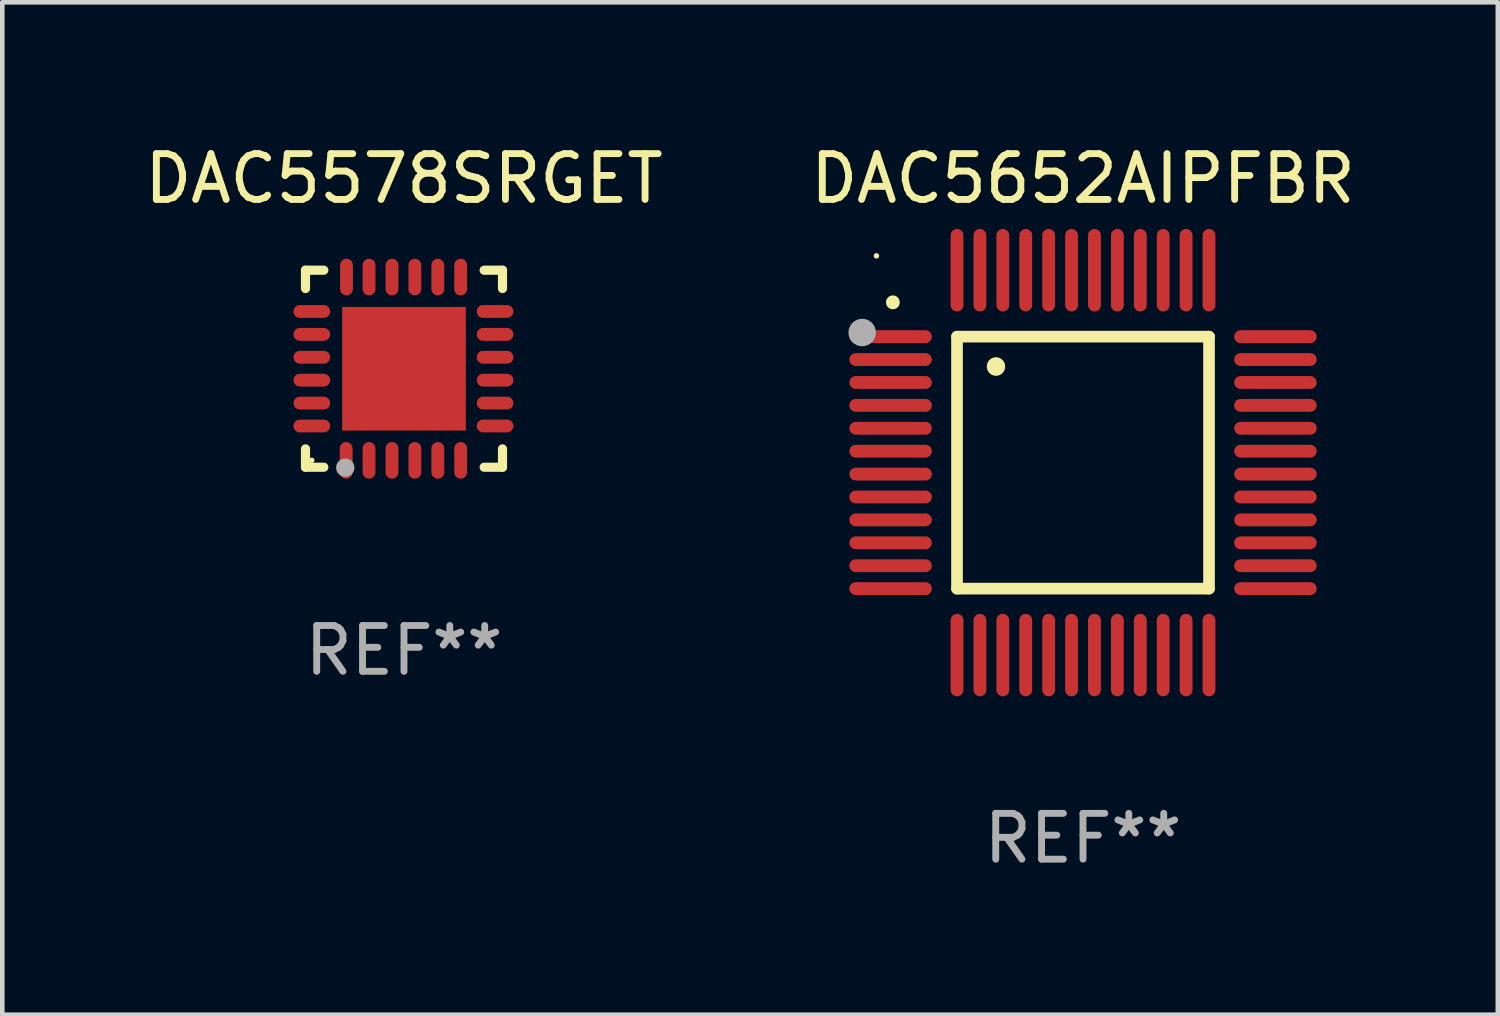
<source format=kicad_pcb>
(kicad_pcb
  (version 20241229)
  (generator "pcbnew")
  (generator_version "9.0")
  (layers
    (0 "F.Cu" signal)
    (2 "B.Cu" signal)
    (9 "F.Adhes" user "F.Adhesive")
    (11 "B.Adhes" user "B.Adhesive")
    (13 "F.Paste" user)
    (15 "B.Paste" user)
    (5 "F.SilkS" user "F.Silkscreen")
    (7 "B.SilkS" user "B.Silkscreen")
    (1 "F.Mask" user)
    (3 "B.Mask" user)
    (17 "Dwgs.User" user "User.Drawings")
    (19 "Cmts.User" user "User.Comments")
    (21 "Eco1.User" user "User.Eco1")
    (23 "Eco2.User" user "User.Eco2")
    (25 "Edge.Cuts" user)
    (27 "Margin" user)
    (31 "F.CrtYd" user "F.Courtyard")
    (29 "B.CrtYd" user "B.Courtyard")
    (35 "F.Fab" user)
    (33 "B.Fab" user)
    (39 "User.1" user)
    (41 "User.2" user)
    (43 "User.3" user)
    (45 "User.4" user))
  (footprint "DAC5652AIPFBR"
    (layer "F.Cu")
    (at 20.589 7.048)
    (property "Reference" "DAC5652AIPFBR" (at 0 -6.2 0) (layer "F.SilkS") (effects (font (size 1 1) (thickness 0.15))))
    (attr through_hole)
    (fp_line (start -2.75 -2.75) (end 2.75 -2.75) (stroke (width 0.254) (type solid)) (layer "F.SilkS"))
    (fp_line (start -2.75 2.75) (end -2.75 -2.75) (stroke (width 0.254) (type solid)) (layer "F.SilkS"))
    (fp_line (start 2.75 -2.75) (end 2.75 2.75) (stroke (width 0.254) (type solid)) (layer "F.SilkS"))
    (fp_line (start 2.75 2.75) (end -2.75 2.75) (stroke (width 0.254) (type solid)) (layer "F.SilkS"))
    (fp_arc (start -4.150368 -3.497587) (mid -4.150373 -3.498857) (end -4.150368 -3.500127) (stroke (width 0.3) (type solid)) (layer "F.SilkS"))
    (fp_arc (start -1.899924 -2.095504) (mid -1.89994 -2.098044) (end -1.899924 -2.100584) (stroke (width 0.4) (type solid)) (layer "F.SilkS"))
    (fp_circle (center -4.509 -4.513) (end -4.479 -4.513) (stroke (width 0.06) (type solid)) (fill no) (layer "F.SilkS"))
    (fp_circle (center -4.82 -2.84) (end -4.67 -2.84) (stroke (width 0.3) (type solid)) (fill no) (layer "F.Fab"))
    (fp_text user "REF**" (at 0 8.2 0) (layer "F.Fab") (effects (font (size 1 1) (thickness 0.15))))
    (pad "1" smd oval (at -4.2 -2.75 90) (size 0.28 1.8) (layers "F.Cu" "F.Mask" "F.Paste"))
    (pad "2" smd oval (at -4.2 -2.25 90) (size 0.28 1.8) (layers "F.Cu" "F.Mask" "F.Paste"))
    (pad "3" smd oval (at -4.2 -1.75 90) (size 0.28 1.8) (layers "F.Cu" "F.Mask" "F.Paste"))
    (pad "4" smd oval (at -4.2 -1.25 90) (size 0.28 1.8) (layers "F.Cu" "F.Mask" "F.Paste"))
    (pad "5" smd oval (at -4.2 -0.75 90) (size 0.28 1.8) (layers "F.Cu" "F.Mask" "F.Paste"))
    (pad "6" smd oval (at -4.2 -0.25 90) (size 0.28 1.8) (layers "F.Cu" "F.Mask" "F.Paste"))
    (pad "7" smd oval (at -4.2 0.25 90) (size 0.28 1.8) (layers "F.Cu" "F.Mask" "F.Paste"))
    (pad "8" smd oval (at -4.2 0.75 90) (size 0.28 1.8) (layers "F.Cu" "F.Mask" "F.Paste"))
    (pad "9" smd oval (at -4.2 1.25 90) (size 0.28 1.8) (layers "F.Cu" "F.Mask" "F.Paste"))
    (pad "10" smd oval (at -4.2 1.75 90) (size 0.28 1.8) (layers "F.Cu" "F.Mask" "F.Paste"))
    (pad "11" smd oval (at -4.2 2.25 90) (size 0.28 1.8) (layers "F.Cu" "F.Mask" "F.Paste"))
    (pad "12" smd oval (at -4.2 2.75 90) (size 0.28 1.8) (layers "F.Cu" "F.Mask" "F.Paste"))
    (pad "13" smd oval (at -2.75 4.2) (size 0.28 1.8) (layers "F.Cu" "F.Mask" "F.Paste"))
    (pad "14" smd oval (at -2.25 4.2) (size 0.28 1.8) (layers "F.Cu" "F.Mask" "F.Paste"))
    (pad "15" smd oval (at -1.75 4.2) (size 0.28 1.8) (layers "F.Cu" "F.Mask" "F.Paste"))
    (pad "16" smd oval (at -1.25 4.2) (size 0.28 1.8) (layers "F.Cu" "F.Mask" "F.Paste"))
    (pad "17" smd oval (at -0.75 4.2) (size 0.28 1.8) (layers "F.Cu" "F.Mask" "F.Paste"))
    (pad "18" smd oval (at -0.25 4.2) (size 0.28 1.8) (layers "F.Cu" "F.Mask" "F.Paste"))
    (pad "19" smd oval (at 0.25 4.2) (size 0.28 1.8) (layers "F.Cu" "F.Mask" "F.Paste"))
    (pad "20" smd oval (at 0.75 4.2) (size 0.28 1.8) (layers "F.Cu" "F.Mask" "F.Paste"))
    (pad "21" smd oval (at 1.25 4.2) (size 0.28 1.8) (layers "F.Cu" "F.Mask" "F.Paste"))
    (pad "22" smd oval (at 1.75 4.2) (size 0.28 1.8) (layers "F.Cu" "F.Mask" "F.Paste"))
    (pad "23" smd oval (at 2.25 4.2) (size 0.28 1.8) (layers "F.Cu" "F.Mask" "F.Paste"))
    (pad "24" smd oval (at 2.75 4.2) (size 0.28 1.8) (layers "F.Cu" "F.Mask" "F.Paste"))
    (pad "25" smd oval (at 4.2 2.75 90) (size 0.28 1.8) (layers "F.Cu" "F.Mask" "F.Paste"))
    (pad "26" smd oval (at 4.2 2.25 90) (size 0.28 1.8) (layers "F.Cu" "F.Mask" "F.Paste"))
    (pad "27" smd oval (at 4.2 1.75 90) (size 0.28 1.8) (layers "F.Cu" "F.Mask" "F.Paste"))
    (pad "28" smd oval (at 4.2 1.25 90) (size 0.28 1.8) (layers "F.Cu" "F.Mask" "F.Paste"))
    (pad "29" smd oval (at 4.2 0.75 90) (size 0.28 1.8) (layers "F.Cu" "F.Mask" "F.Paste"))
    (pad "30" smd oval (at 4.2 0.25 90) (size 0.28 1.8) (layers "F.Cu" "F.Mask" "F.Paste"))
    (pad "31" smd oval (at 4.2 -0.25 90) (size 0.28 1.8) (layers "F.Cu" "F.Mask" "F.Paste"))
    (pad "32" smd oval (at 4.2 -0.75 90) (size 0.28 1.8) (layers "F.Cu" "F.Mask" "F.Paste"))
    (pad "33" smd oval (at 4.2 -1.25 90) (size 0.28 1.8) (layers "F.Cu" "F.Mask" "F.Paste"))
    (pad "34" smd oval (at 4.2 -1.75 90) (size 0.28 1.8) (layers "F.Cu" "F.Mask" "F.Paste"))
    (pad "35" smd oval (at 4.2 -2.25 90) (size 0.28 1.8) (layers "F.Cu" "F.Mask" "F.Paste"))
    (pad "36" smd oval (at 4.2 -2.75 90) (size 0.28 1.8) (layers "F.Cu" "F.Mask" "F.Paste"))
    (pad "37" smd oval (at 2.75 -4.2) (size 0.28 1.8) (layers "F.Cu" "F.Mask" "F.Paste"))
    (pad "38" smd oval (at 2.25 -4.2) (size 0.28 1.8) (layers "F.Cu" "F.Mask" "F.Paste"))
    (pad "39" smd oval (at 1.75 -4.2) (size 0.28 1.8) (layers "F.Cu" "F.Mask" "F.Paste"))
    (pad "40" smd oval (at 1.25 -4.2) (size 0.28 1.8) (layers "F.Cu" "F.Mask" "F.Paste"))
    (pad "41" smd oval (at 0.75 -4.2) (size 0.28 1.8) (layers "F.Cu" "F.Mask" "F.Paste"))
    (pad "42" smd oval (at 0.25 -4.2) (size 0.28 1.8) (layers "F.Cu" "F.Mask" "F.Paste"))
    (pad "43" smd oval (at -0.25 -4.2) (size 0.28 1.8) (layers "F.Cu" "F.Mask" "F.Paste"))
    (pad "44" smd oval (at -0.75 -4.2) (size 0.28 1.8) (layers "F.Cu" "F.Mask" "F.Paste"))
    (pad "45" smd oval (at -1.25 -4.2) (size 0.28 1.8) (layers "F.Cu" "F.Mask" "F.Paste"))
    (pad "46" smd oval (at -1.75 -4.2) (size 0.28 1.8) (layers "F.Cu" "F.Mask" "F.Paste"))
    (pad "47" smd oval (at -2.25 -4.2) (size 0.28 1.8) (layers "F.Cu" "F.Mask" "F.Paste"))
    (pad "48" smd oval (at -2.75 -4.2) (size 0.28 1.8) (layers "F.Cu" "F.Mask" "F.Paste")))
  (footprint "DAC5578SRGET"
    (layer "F.Cu")
    (at 5.768 4.998)
    (property "Reference" "DAC5578SRGET" (at 0 -4.15 0) (layer "F.SilkS") (effects (font (size 1 1) (thickness 0.15))))
    (attr through_hole)
    (fp_line (start -2.15 -2.15) (end -1.75 -2.15) (stroke (width 0.2) (type solid)) (layer "F.SilkS"))
    (fp_line (start -2.15 -1.75) (end -2.15 -2.15) (stroke (width 0.2) (type solid)) (layer "F.SilkS"))
    (fp_line (start -2.15 2.15) (end -2.15 1.75) (stroke (width 0.2) (type solid)) (layer "F.SilkS"))
    (fp_line (start -1.75 2.15) (end -2.15 2.15) (stroke (width 0.2) (type solid)) (layer "F.SilkS"))
    (fp_line (start 2.15 -2.15) (end 1.75 -2.15) (stroke (width 0.2) (type solid)) (layer "F.SilkS"))
    (fp_line (start 2.15 -1.75) (end 2.15 -2.15) (stroke (width 0.2) (type solid)) (layer "F.SilkS"))
    (fp_line (start 2.15 1.75) (end 2.15 2.15) (stroke (width 0.2) (type solid)) (layer "F.SilkS"))
    (fp_line (start 2.15 2.15) (end 1.75 2.15) (stroke (width 0.2) (type solid)) (layer "F.SilkS"))
    (fp_circle (center -2.013 2) (end -1.983 2) (stroke (width 0.06) (type solid)) (fill no) (layer "F.SilkS"))
    (fp_circle (center -1.282 2.159) (end -1.182 2.159) (stroke (width 0.2) (type solid)) (fill no) (layer "F.Fab"))
    (fp_text user "REF**" (at 0 6.15 0) (layer "F.Fab") (effects (font (size 1 1) (thickness 0.15))))
    (pad "1" smd oval (at -1.262 2) (size 0.28 0.8) (layers "F.Cu" "F.Mask" "F.Paste"))
    (pad "2" smd oval (at -0.763 2) (size 0.28 0.8) (layers "F.Cu" "F.Mask" "F.Paste"))
    (pad "3" smd oval (at -0.262 2) (size 0.28 0.8) (layers "F.Cu" "F.Mask" "F.Paste"))
    (pad "4" smd oval (at 0.237 2) (size 0.28 0.8) (layers "F.Cu" "F.Mask" "F.Paste"))
    (pad "5" smd oval (at 0.738 2) (size 0.28 0.8) (layers "F.Cu" "F.Mask" "F.Paste"))
    (pad "6" smd oval (at 1.237 2) (size 0.28 0.8) (layers "F.Cu" "F.Mask" "F.Paste"))
    (pad "7" smd oval (at 1.988 1.25) (size 0.8 0.28) (layers "F.Cu" "F.Mask" "F.Paste"))
    (pad "8" smd oval (at 1.988 0.75) (size 0.8 0.28) (layers "F.Cu" "F.Mask" "F.Paste"))
    (pad "9" smd oval (at 1.988 0.25) (size 0.8 0.28) (layers "F.Cu" "F.Mask" "F.Paste"))
    (pad "10" smd oval (at 1.988 -0.25) (size 0.8 0.28) (layers "F.Cu" "F.Mask" "F.Paste"))
    (pad "11" smd oval (at 1.988 -0.75) (size 0.8 0.28) (layers "F.Cu" "F.Mask" "F.Paste"))
    (pad "12" smd oval (at 1.988 -1.25) (size 0.8 0.28) (layers "F.Cu" "F.Mask" "F.Paste"))
    (pad "13" smd oval (at 1.237 -2) (size 0.28 0.8) (layers "F.Cu" "F.Mask" "F.Paste"))
    (pad "14" smd oval (at 0.738 -2) (size 0.28 0.8) (layers "F.Cu" "F.Mask" "F.Paste"))
    (pad "15" smd oval (at 0.237 -2) (size 0.28 0.8) (layers "F.Cu" "F.Mask" "F.Paste"))
    (pad "16" smd oval (at -0.262 -2) (size 0.28 0.8) (layers "F.Cu" "F.Mask" "F.Paste"))
    (pad "17" smd oval (at -0.763 -2) (size 0.28 0.8) (layers "F.Cu" "F.Mask" "F.Paste"))
    (pad "18" smd oval (at -1.255 -2) (size 0.28 0.8) (layers "F.Cu" "F.Mask" "F.Paste"))
    (pad "19" smd oval (at -2.012 -1.25) (size 0.8 0.28) (layers "F.Cu" "F.Mask" "F.Paste"))
    (pad "20" smd oval (at -2.012 -0.75) (size 0.8 0.28) (layers "F.Cu" "F.Mask" "F.Paste"))
    (pad "21" smd oval (at -2.012 -0.25) (size 0.8 0.28) (layers "F.Cu" "F.Mask" "F.Paste"))
    (pad "22" smd oval (at -2.012 0.25) (size 0.8 0.28) (layers "F.Cu" "F.Mask" "F.Paste"))
    (pad "23" smd oval (at -2.012 0.75) (size 0.8 0.28) (layers "F.Cu" "F.Mask" "F.Paste"))
    (pad "24" smd oval (at -2.012 1.25) (size 0.8 0.28) (layers "F.Cu" "F.Mask" "F.Paste"))
    (pad "25" smd rect (at -0.000013 -0.000025) (size 2.7 2.7) (layers "F.Cu" "F.Mask" "F.Paste")))
  (gr_rect
    (start -3 -3)
    (end 29.643 19.097)
    (stroke (width 0.1) (type default))
    (fill no)
    (layer "Edge.Cuts")))
</source>
